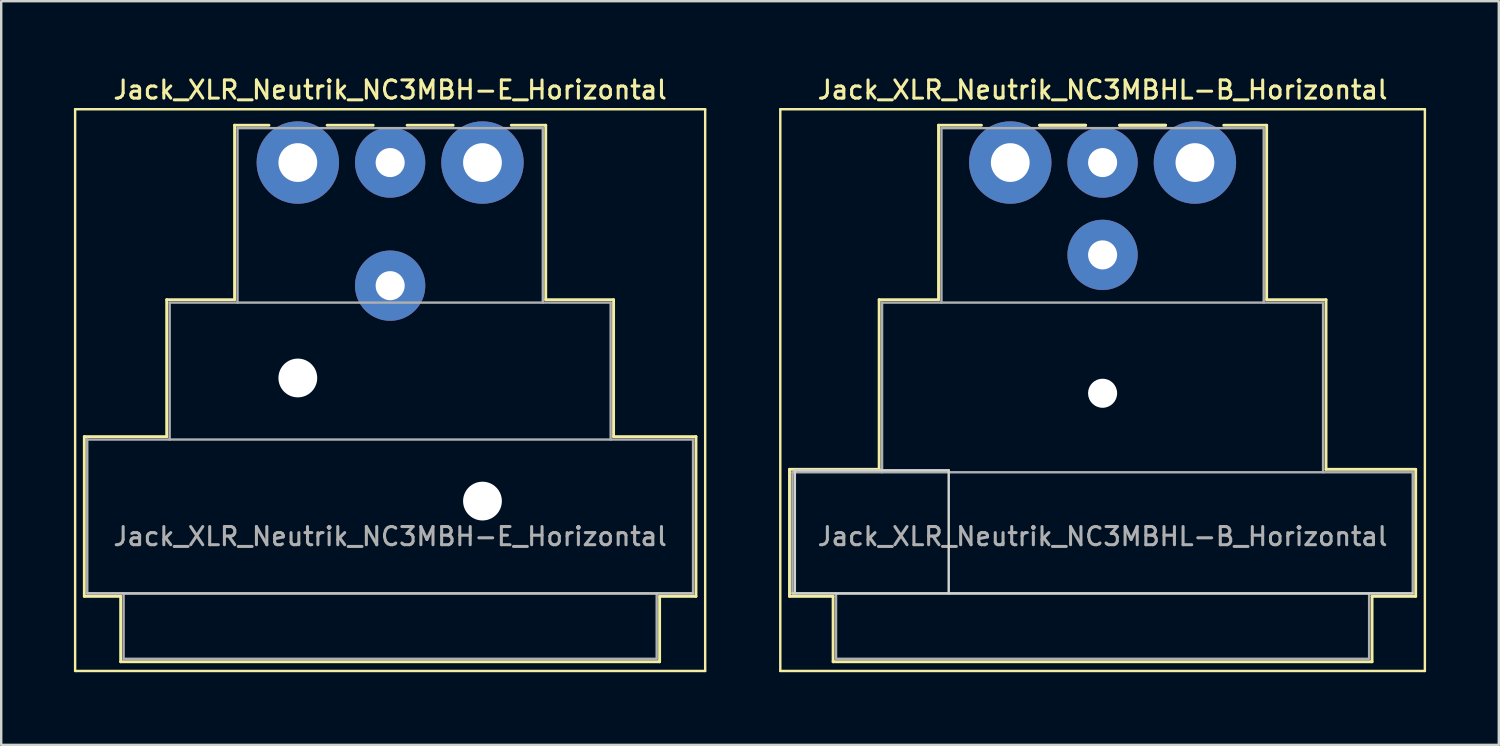
<source format=kicad_pcb>
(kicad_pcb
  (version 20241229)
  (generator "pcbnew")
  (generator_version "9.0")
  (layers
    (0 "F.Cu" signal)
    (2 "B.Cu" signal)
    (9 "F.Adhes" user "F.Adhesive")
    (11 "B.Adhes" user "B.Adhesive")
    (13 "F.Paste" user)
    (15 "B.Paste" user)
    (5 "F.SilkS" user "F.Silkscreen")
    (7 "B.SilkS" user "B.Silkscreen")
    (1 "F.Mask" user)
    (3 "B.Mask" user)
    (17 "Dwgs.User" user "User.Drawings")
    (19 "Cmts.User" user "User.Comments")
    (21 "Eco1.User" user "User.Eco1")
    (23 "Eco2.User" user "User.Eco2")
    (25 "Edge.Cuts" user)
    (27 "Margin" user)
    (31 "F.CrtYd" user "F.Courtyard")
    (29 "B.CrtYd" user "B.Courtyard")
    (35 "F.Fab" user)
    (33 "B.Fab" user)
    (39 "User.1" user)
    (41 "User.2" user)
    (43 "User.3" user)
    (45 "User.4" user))
  (footprint "Jack_XLR_Neutrik_NC3MBHL-B_Horizontal"
    (layer "F.Cu")
    (at 38.64 3.658)
    (property "Reference" "Jack_XLR_Neutrik_NC3MBHL-B_Horizontal" (at 3.81 -3 0) (layer "F.SilkS") (effects (font (size 0.75 0.75) (thickness 0.125))))
    (attr through_hole)
    (fp_line (start -9.49 20.98) (end -9.49 -2.2) (stroke (width 0.1) (type solid)) (layer "F.SilkS"))
    (fp_line (start -9.11 12.66) (end -5.41 12.66) (stroke (width 0.12) (type solid)) (layer "F.SilkS"))
    (fp_line (start -9.11 17.9) (end -9.11 12.66) (stroke (width 0.12) (type solid)) (layer "F.SilkS"))
    (fp_line (start -7.31 17.9) (end -9.11 17.9) (stroke (width 0.12) (type solid)) (layer "F.SilkS"))
    (fp_line (start -7.31 17.9) (end -7.31 20.6) (stroke (width 0.12) (type solid)) (layer "F.SilkS"))
    (fp_line (start -5.41 12.66) (end -5.41 5.66) (stroke (width 0.12) (type solid)) (layer "F.SilkS"))
    (fp_line (start -2.96 5.66) (end -5.41 5.66) (stroke (width 0.12) (type solid)) (layer "F.SilkS"))
    (fp_line (start -2.96 5.66) (end -2.96 -1.54) (stroke (width 0.12) (type solid)) (layer "F.SilkS"))
    (fp_line (start -1.19 -1.54) (end -2.96 -1.54) (stroke (width 0.12) (type solid)) (layer "F.SilkS"))
    (fp_line (start 3.11 -1.54) (end 1.21 -1.54) (stroke (width 0.12) (type solid)) (layer "F.SilkS"))
    (fp_line (start 3.11 -1.54) (end 1.21 -1.54) (stroke (width 0.12) (type solid)) (layer "F.SilkS"))
    (fp_line (start 4.51 -1.54) (end 6.41 -1.54) (stroke (width 0.12) (type solid)) (layer "F.SilkS"))
    (fp_line (start 4.51 -1.54) (end 6.41 -1.54) (stroke (width 0.12) (type solid)) (layer "F.SilkS"))
    (fp_line (start 10.58 -1.54) (end 8.81 -1.54) (stroke (width 0.12) (type solid)) (layer "F.SilkS"))
    (fp_line (start 10.58 5.66) (end 10.58 -1.54) (stroke (width 0.12) (type solid)) (layer "F.SilkS"))
    (fp_line (start 10.58 5.66) (end 13.03 5.66) (stroke (width 0.12) (type solid)) (layer "F.SilkS"))
    (fp_line (start 13.03 12.66) (end 13.03 5.66) (stroke (width 0.12) (type solid)) (layer "F.SilkS"))
    (fp_line (start 13.03 12.66) (end 16.73 12.66) (stroke (width 0.12) (type solid)) (layer "F.SilkS"))
    (fp_line (start 14.93 17.9) (end 14.93 20.6) (stroke (width 0.12) (type solid)) (layer "F.SilkS"))
    (fp_line (start 14.93 20.6) (end -7.31 20.6) (stroke (width 0.12) (type solid)) (layer "F.SilkS"))
    (fp_line (start 16.73 17.9) (end 14.93 17.9) (stroke (width 0.12) (type solid)) (layer "F.SilkS"))
    (fp_line (start 16.73 17.9) (end 16.73 12.66) (stroke (width 0.12) (type solid)) (layer "F.SilkS"))
    (fp_line (start 17.11 -2.2) (end -9.49 -2.2) (stroke (width 0.1) (type solid)) (layer "F.SilkS"))
    (fp_line (start 17.11 20.98) (end -9.49 20.98) (stroke (width 0.1) (type solid)) (layer "F.SilkS"))
    (fp_line (start 17.11 20.98) (end 17.11 -2.2) (stroke (width 0.1) (type solid)) (layer "F.SilkS"))
    (fp_line (start -8.89 12.7) (end -8.89 17.78) (stroke (width 0.1) (type solid)) (layer "Edge.Cuts"))
    (fp_line (start -2.54 12.7) (end -8.89 12.7) (stroke (width 0.1) (type solid)) (layer "Edge.Cuts"))
    (fp_line (start -2.54 17.78) (end -2.54 12.7) (stroke (width 0.1) (type solid)) (layer "Edge.Cuts"))
    (fp_line (start 16.61 17.78) (end -8.99 17.78) (stroke (width 0.1) (type solid)) (layer "Edge.Cuts"))
    (fp_line (start -8.99 12.78) (end 16.61 12.78) (stroke (width 0.1) (type solid)) (layer "F.Fab"))
    (fp_line (start -8.99 17.78) (end -8.99 12.78) (stroke (width 0.1) (type solid)) (layer "F.Fab"))
    (fp_line (start -7.19 20.48) (end -7.19 17.78) (stroke (width 0.1) (type solid)) (layer "F.Fab"))
    (fp_line (start -5.29 5.78) (end -5.29 12.78) (stroke (width 0.1) (type solid)) (layer "F.Fab"))
    (fp_line (start -5.29 5.78) (end 12.91 5.78) (stroke (width 0.1) (type solid)) (layer "F.Fab"))
    (fp_line (start -2.84 5.78) (end -2.84 -1.42) (stroke (width 0.1) (type solid)) (layer "F.Fab"))
    (fp_line (start 10.46 -1.42) (end -2.84 -1.42) (stroke (width 0.1) (type solid)) (layer "F.Fab"))
    (fp_line (start 10.46 5.78) (end 10.46 -1.42) (stroke (width 0.1) (type solid)) (layer "F.Fab"))
    (fp_line (start 12.91 12.78) (end 12.91 5.78) (stroke (width 0.1) (type solid)) (layer "F.Fab"))
    (fp_line (start 14.81 17.78) (end 14.81 20.48) (stroke (width 0.1) (type solid)) (layer "F.Fab"))
    (fp_line (start 14.81 20.48) (end -7.19 20.48) (stroke (width 0.1) (type solid)) (layer "F.Fab"))
    (fp_line (start 16.61 12.78) (end 16.61 17.78) (stroke (width 0.1) (type solid)) (layer "F.Fab"))
    (fp_line (start 16.61 17.78) (end -8.99 17.78) (stroke (width 0.1) (type solid)) (layer "F.Fab"))
    (fp_text user "${REFERENCE}" (at 3.81 15.43 0) (layer "F.Fab") (effects (font (size 0.75 0.75) (thickness 0.125))))
    (pad "" np_thru_hole circle (at 3.81 9.52) (size 1.2 1.2) (drill 1.2) (layers "*.Cu" "*.Mask"))
    (pad "1" thru_hole circle (at 0 0) (size 3.4 3.4) (drill 1.6) (layers "*.Cu" "*.Mask"))
    (pad "2" thru_hole circle (at 3.81 0) (size 2.9 2.9) (drill 1.2) (layers "*.Cu" "*.Mask"))
    (pad "3" thru_hole circle (at 7.62 0) (size 3.4 3.4) (drill 1.6) (layers "*.Cu" "*.Mask"))
    (pad "G" thru_hole circle (at 3.81 3.81) (size 2.9 2.9) (drill 1.2) (layers "*.Cu" "*.Mask")))
  (footprint "Jack_XLR_Neutrik_NC3MBH-E_Horizontal"
    (layer "F.Cu")
    (at 9.24 3.658)
    (property "Reference" "Jack_XLR_Neutrik_NC3MBH-E_Horizontal" (at 3.81 -3 0) (layer "F.SilkS") (effects (font (size 0.75 0.75) (thickness 0.125))))
    (attr through_hole)
    (fp_line (start -9.19 20.98) (end -9.19 -2.2) (stroke (width 0.1) (type solid)) (layer "F.SilkS"))
    (fp_line (start -8.81 11.31) (end -5.41 11.31) (stroke (width 0.12) (type solid)) (layer "F.SilkS"))
    (fp_line (start -8.81 17.9) (end -8.81 11.31) (stroke (width 0.12) (type solid)) (layer "F.SilkS"))
    (fp_line (start -7.31 17.9) (end -8.81 17.9) (stroke (width 0.12) (type solid)) (layer "F.SilkS"))
    (fp_line (start -7.31 17.9) (end -7.31 20.6) (stroke (width 0.12) (type solid)) (layer "F.SilkS"))
    (fp_line (start -5.41 11.31) (end -5.41 5.66) (stroke (width 0.12) (type solid)) (layer "F.SilkS"))
    (fp_line (start -2.61 5.66) (end -5.41 5.66) (stroke (width 0.12) (type solid)) (layer "F.SilkS"))
    (fp_line (start -2.61 5.66) (end -2.61 -1.54) (stroke (width 0.12) (type solid)) (layer "F.SilkS"))
    (fp_line (start -1.19 -1.54) (end -2.61 -1.54) (stroke (width 0.12) (type solid)) (layer "F.SilkS"))
    (fp_line (start 3.11 -1.54) (end 1.21 -1.54) (stroke (width 0.12) (type solid)) (layer "F.SilkS"))
    (fp_line (start 4.51 -1.54) (end 6.41 -1.54) (stroke (width 0.12) (type solid)) (layer "F.SilkS"))
    (fp_line (start 10.23 -1.54) (end 8.81 -1.54) (stroke (width 0.12) (type solid)) (layer "F.SilkS"))
    (fp_line (start 10.23 5.66) (end 10.23 -1.54) (stroke (width 0.12) (type solid)) (layer "F.SilkS"))
    (fp_line (start 10.23 5.66) (end 13.03 5.66) (stroke (width 0.12) (type solid)) (layer "F.SilkS"))
    (fp_line (start 13.03 11.31) (end 13.03 5.66) (stroke (width 0.12) (type solid)) (layer "F.SilkS"))
    (fp_line (start 13.03 11.31) (end 16.43 11.31) (stroke (width 0.12) (type solid)) (layer "F.SilkS"))
    (fp_line (start 14.93 17.9) (end 14.93 20.6) (stroke (width 0.12) (type solid)) (layer "F.SilkS"))
    (fp_line (start 14.93 20.6) (end -7.31 20.6) (stroke (width 0.12) (type solid)) (layer "F.SilkS"))
    (fp_line (start 16.43 17.9) (end 14.93 17.9) (stroke (width 0.12) (type solid)) (layer "F.SilkS"))
    (fp_line (start 16.43 17.9) (end 16.43 11.31) (stroke (width 0.12) (type solid)) (layer "F.SilkS"))
    (fp_line (start 16.81 -2.2) (end -9.19 -2.2) (stroke (width 0.1) (type solid)) (layer "F.SilkS"))
    (fp_line (start 16.81 20.98) (end -9.19 20.98) (stroke (width 0.1) (type solid)) (layer "F.SilkS"))
    (fp_line (start 16.81 20.98) (end 16.81 -2.2) (stroke (width 0.1) (type solid)) (layer "F.SilkS"))
    (fp_line (start 16.31 17.78) (end -8.69 17.78) (stroke (width 0.1) (type solid)) (layer "Dwgs.User"))
    (fp_line (start -8.69 11.43) (end 16.31 11.43) (stroke (width 0.1) (type solid)) (layer "F.Fab"))
    (fp_line (start -8.69 17.78) (end -8.69 11.4) (stroke (width 0.1) (type solid)) (layer "F.Fab"))
    (fp_line (start -7.19 20.48) (end -7.19 17.78) (stroke (width 0.1) (type solid)) (layer "F.Fab"))
    (fp_line (start -5.29 5.78) (end -5.29 11.43) (stroke (width 0.1) (type solid)) (layer "F.Fab"))
    (fp_line (start -5.29 5.78) (end 12.91 5.78) (stroke (width 0.1) (type solid)) (layer "F.Fab"))
    (fp_line (start -2.49 5.78) (end -2.49 -1.42) (stroke (width 0.1) (type solid)) (layer "F.Fab"))
    (fp_line (start 10.11 -1.42) (end -2.49 -1.42) (stroke (width 0.1) (type solid)) (layer "F.Fab"))
    (fp_line (start 10.11 5.78) (end 10.11 -1.42) (stroke (width 0.1) (type solid)) (layer "F.Fab"))
    (fp_line (start 12.91 11.43) (end 12.91 5.78) (stroke (width 0.1) (type solid)) (layer "F.Fab"))
    (fp_line (start 14.81 17.78) (end 14.81 20.48) (stroke (width 0.1) (type solid)) (layer "F.Fab"))
    (fp_line (start 14.81 20.48) (end -7.19 20.48) (stroke (width 0.1) (type solid)) (layer "F.Fab"))
    (fp_line (start 16.31 11.43) (end 16.31 17.78) (stroke (width 0.1) (type solid)) (layer "F.Fab"))
    (fp_line (start 16.31 17.78) (end -8.69 17.78) (stroke (width 0.1) (type solid)) (layer "F.Fab"))
    (fp_text user "${REFERENCE}" (at 3.81 15.43 0) (layer "F.Fab") (effects (font (size 0.75 0.75) (thickness 0.125))))
    (pad "" np_thru_hole circle (at 0 8.89) (size 1.6 1.6) (drill 1.6) (layers "*.Cu" "*.Mask"))
    (pad "" np_thru_hole circle (at 7.62 13.97) (size 1.6 1.6) (drill 1.6) (layers "*.Cu" "*.Mask"))
    (pad "1" thru_hole circle (at 0 0) (size 3.4 3.4) (drill 1.6) (layers "*.Cu" "*.Mask"))
    (pad "2" thru_hole circle (at 7.62 0) (size 3.4 3.4) (drill 1.6) (layers "*.Cu" "*.Mask"))
    (pad "3" thru_hole circle (at 3.81 0) (size 2.9 2.9) (drill 1.2) (layers "*.Cu" "*.Mask"))
    (pad "G" thru_hole circle (at 3.81 5.08) (size 2.9 2.9) (drill 1.2) (layers "*.Cu" "*.Mask")))
  (gr_rect
    (start -3 -3)
    (end 58.8 27.688)
    (stroke (width 0.1) (type default))
    (fill no)
    (layer "Edge.Cuts")))
</source>
